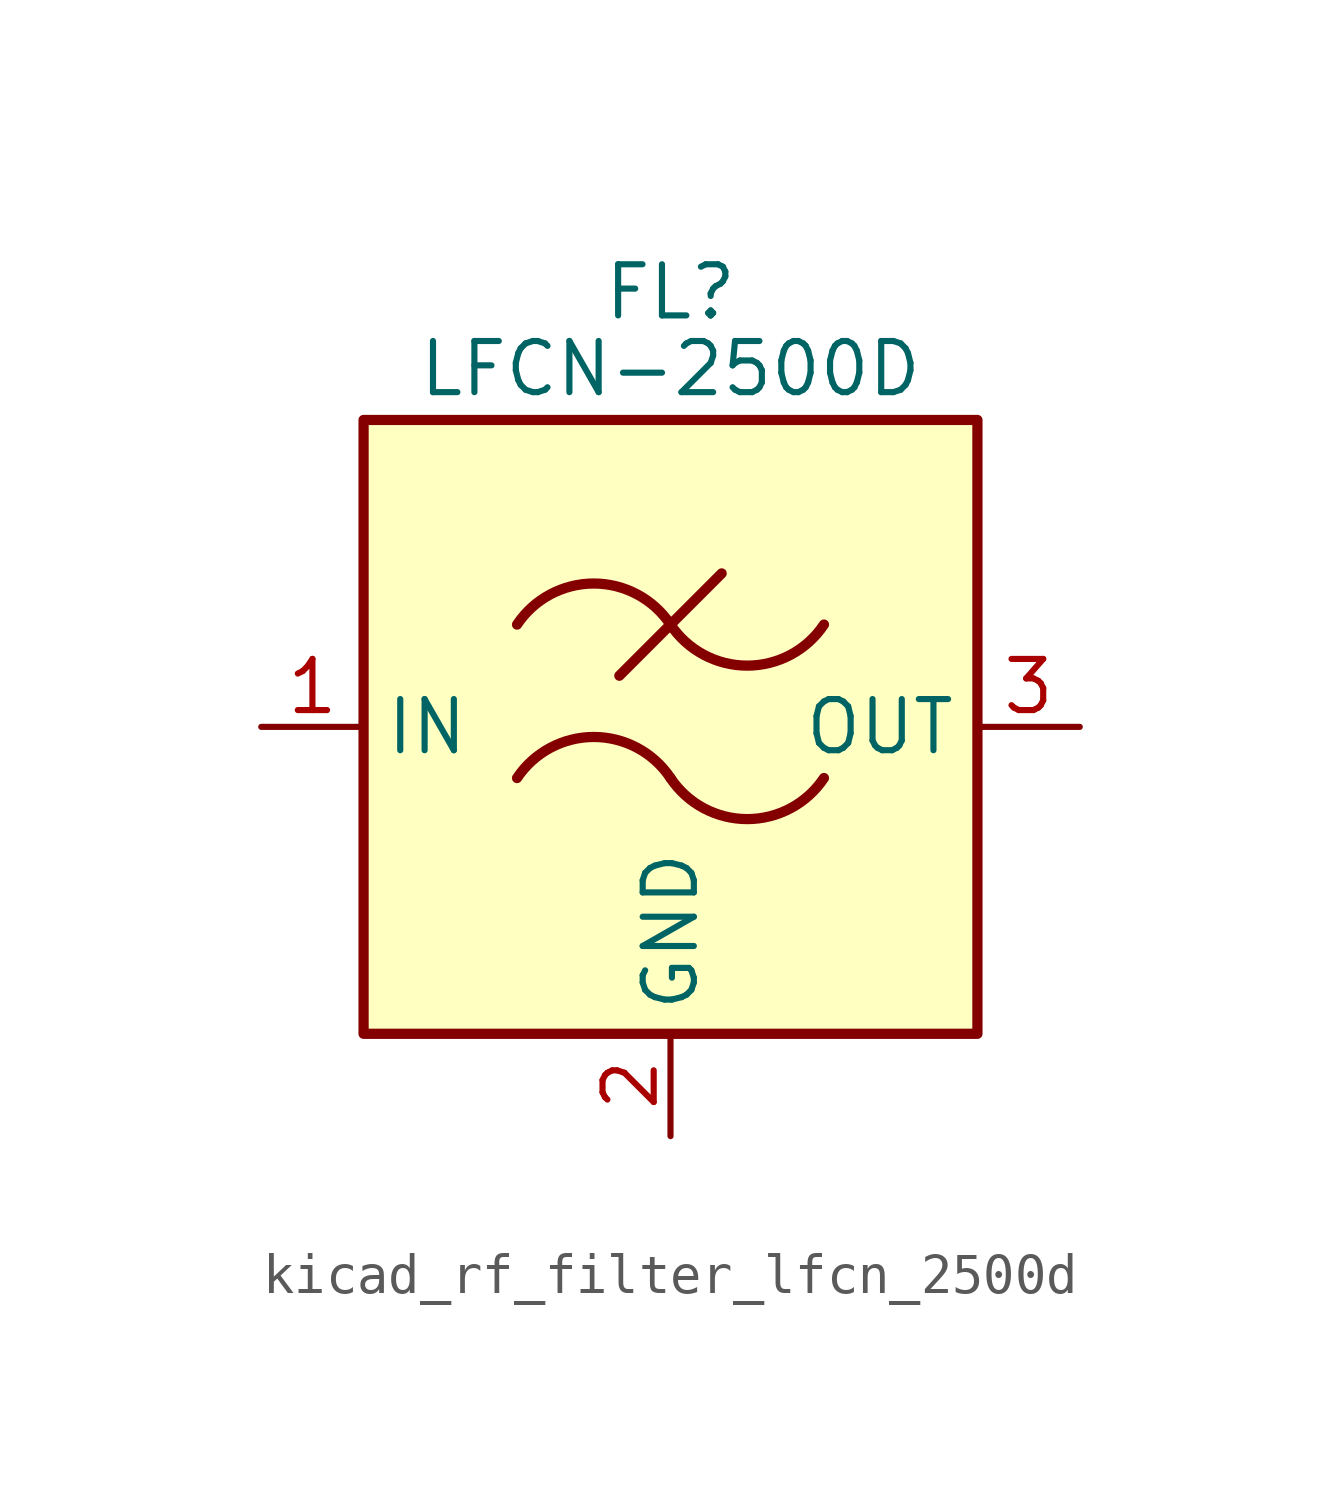
<source format=kicad_sym>
(kicad_symbol_lib
  (version 20220914)
  (generator kicad_symbol_editor)
  (symbol "kicad_rf_filter_lfcn_2500d"
    (property "Reference" "FL"
      (at 0 10.795 0)
      (effects (font (size 1.27 1.27))))
    (property "Value" "LFCN-2500D"
      (at 0 8.89 0)
      (effects (font (size 1.27 1.27))))
    (symbol "kicad_rf_filter_lfcn_2500d_0_1"
      (rectangle (start -7.62 7.62) (end 7.62 -7.62) (stroke (width 0.254) (type default)) (fill (type background)))
      (arc (start 0 -1.27) (mid -1.905 -0.2505) (end -3.81 -1.27) (stroke (width 0.254) (type default)) (fill (type none)))
      (arc (start 0 -1.27) (mid 1.905 -2.2895) (end 3.81 -1.27) (stroke (width 0.254) (type default)) (fill (type none)))
      (polyline (pts (xy -1.27 1.27) (xy 1.27 3.81)) (stroke (width 0.254) (type default)) (fill (type none)))
      (arc (start 0 2.54) (mid -1.905 3.5595) (end -3.81 2.54) (stroke (width 0.254) (type default)) (fill (type none)))
      (arc (start 0 2.54) (mid 1.905 1.5205) (end 3.81 2.54) (stroke (width 0.254) (type default)) (fill (type none))))
    (symbol "kicad_rf_filter_lfcn_2500d_1_1"
      (pin passive line (at -10.16 0 0) (length 2.54) (name "IN" (effects (font (size 1.27 1.27)))) (number "1" (effects (font (size 1.27 1.27)))))
      (pin passive line (at 0 -10.16 90) (length 2.54) (name "GND" (effects (font (size 1.27 1.27)))) (number "2" (effects (font (size 1.27 1.27)))))
      (pin passive line (at 10.16 0 180) (length 2.54) (name "OUT" (effects (font (size 1.27 1.27)))) (number "3" (effects (font (size 1.27 1.27)))))
      (pin passive line (at 0 -10.16 90) (length 2.54) hide (name "GND" (effects (font (size 1.27 1.27)))) (number "4" (effects (font (size 1.27 1.27))))))))
</source>
